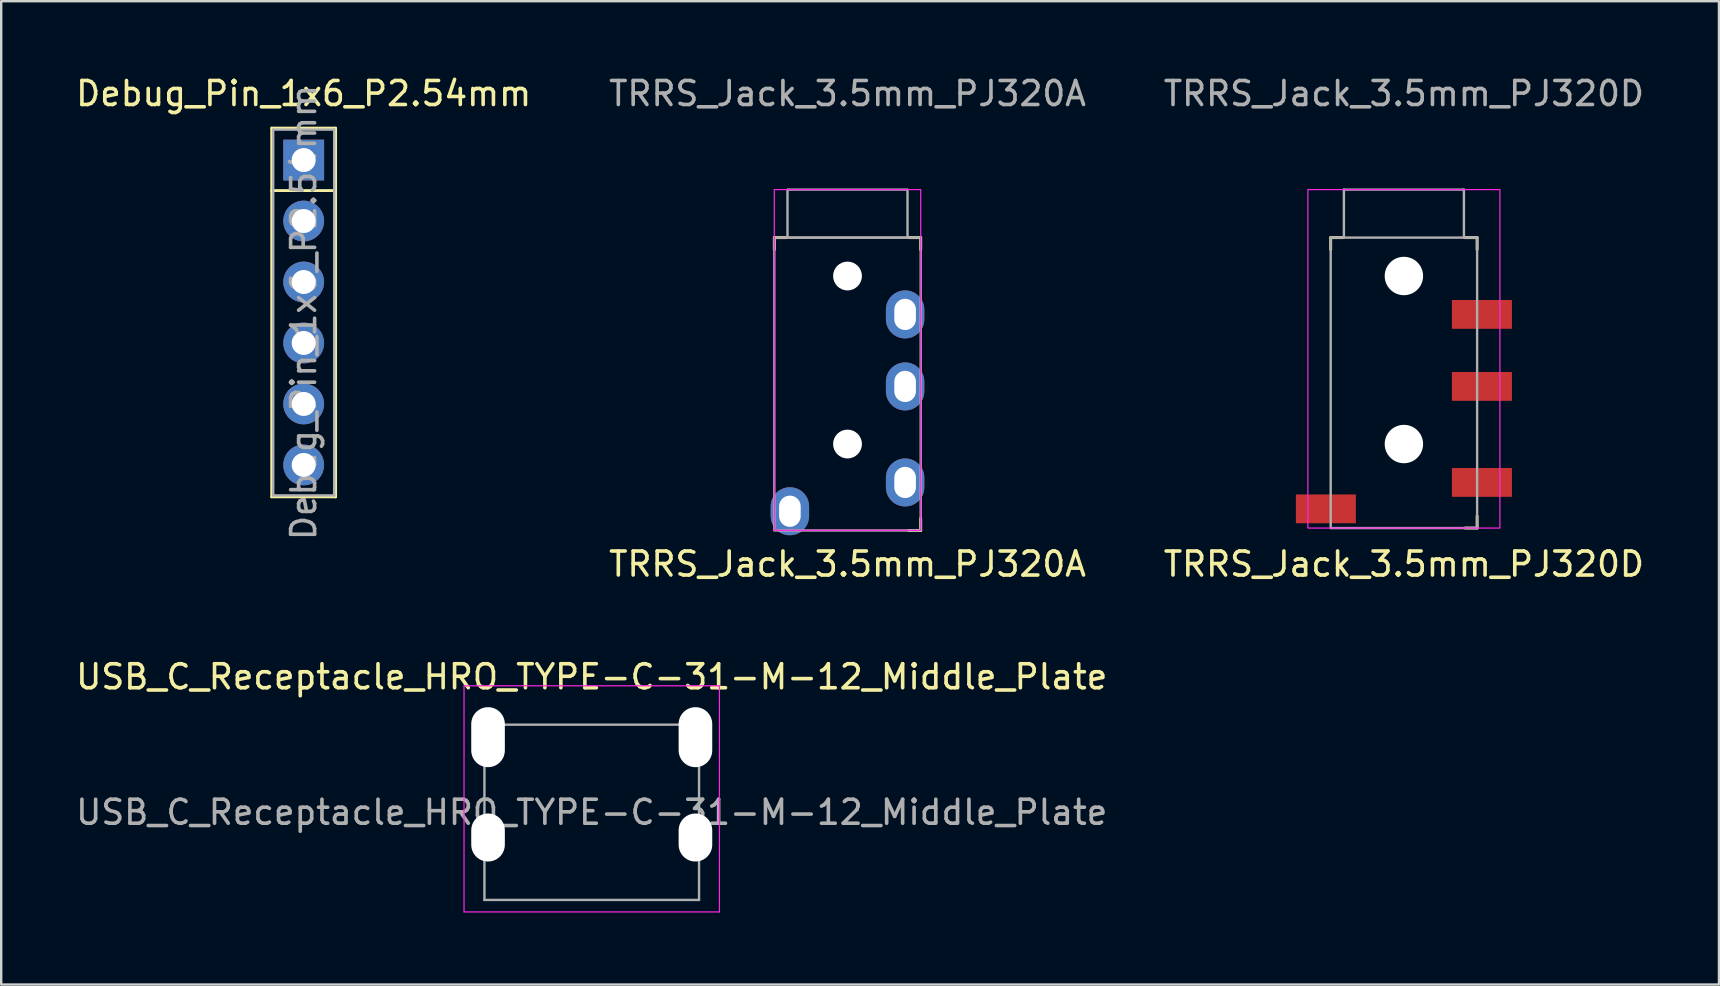
<source format=kicad_pcb>
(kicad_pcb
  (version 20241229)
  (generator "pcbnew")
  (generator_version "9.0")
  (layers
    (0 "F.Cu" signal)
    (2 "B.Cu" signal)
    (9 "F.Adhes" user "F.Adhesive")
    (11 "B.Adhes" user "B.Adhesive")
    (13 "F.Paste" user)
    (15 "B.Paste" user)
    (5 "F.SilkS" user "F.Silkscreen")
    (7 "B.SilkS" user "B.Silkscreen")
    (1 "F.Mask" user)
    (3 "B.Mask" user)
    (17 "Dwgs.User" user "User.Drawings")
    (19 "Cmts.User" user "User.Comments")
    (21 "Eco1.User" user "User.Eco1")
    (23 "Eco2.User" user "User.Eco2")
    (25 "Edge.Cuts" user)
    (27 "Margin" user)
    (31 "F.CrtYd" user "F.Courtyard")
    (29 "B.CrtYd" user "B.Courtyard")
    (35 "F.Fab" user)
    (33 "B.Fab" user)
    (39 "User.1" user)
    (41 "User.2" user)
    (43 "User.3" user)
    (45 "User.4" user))
  (footprint "Debug_Pin_1x6_P2.54mm"
    (layer "F.Cu")
    (at 9.601 3.618)
    (property "Reference" "Debug_Pin_1x6_P2.54mm" (at 0 -2.77 0) (layer "F.SilkS") (effects (font (size 1 1) (thickness 0.15))))
    (attr through_hole)
    (fp_line (start -1.33 -1.33) (end -1.33 14.03) (stroke (width 0.12) (type solid)) (layer "F.SilkS"))
    (fp_line (start -1.33 -1.33) (end 1.33 -1.33) (stroke (width 0.12) (type solid)) (layer "F.SilkS"))
    (fp_line (start -1.33 1.27) (end 1.33 1.27) (stroke (width 0.12) (type solid)) (layer "F.SilkS"))
    (fp_line (start -1.33 14.03) (end 1.33 14.03) (stroke (width 0.12) (type solid)) (layer "F.SilkS"))
    (fp_line (start 1.33 -1.33) (end 1.33 14.03) (stroke (width 0.12) (type solid)) (layer "F.SilkS"))
    (fp_line (start -1.27 -1.27) (end 1.27 -1.27) (stroke (width 0.1) (type solid)) (layer "F.Fab"))
    (fp_line (start -1.27 13.97) (end -1.27 -1.27) (stroke (width 0.1) (type solid)) (layer "F.Fab"))
    (fp_line (start 1.27 -1.27) (end 1.27 13.97) (stroke (width 0.1) (type solid)) (layer "F.Fab"))
    (fp_line (start 1.27 13.97) (end -1.27 13.97) (stroke (width 0.1) (type solid)) (layer "F.Fab"))
    (fp_text user "${REFERENCE}" (at 0 6.35 90) (layer "F.Fab") (effects (font (size 1 1) (thickness 0.15))))
    (pad "1" thru_hole rect (at 0 0) (size 1.7 1.7) (drill 1) (layers "*.Cu" "*.Mask"))
    (pad "2" thru_hole oval (at 0 2.54) (size 1.7 1.7) (drill 1) (layers "*.Cu" "*.Mask"))
    (pad "3" thru_hole oval (at 0 5.08) (size 1.7 1.7) (drill 1) (layers "*.Cu" "*.Mask"))
    (pad "4" thru_hole oval (at 0 7.62) (size 1.7 1.7) (drill 1) (layers "*.Cu" "*.Mask"))
    (pad "5" thru_hole oval (at 0 10.16) (size 1.7 1.7) (drill 1) (layers "*.Cu" "*.Mask"))
    (pad "6" thru_hole oval (at 0 12.7) (size 1.7 1.7) (drill 1) (layers "*.Cu" "*.Mask")))
  (footprint "TRRS_Jack_3.5mm_PJ320A"
    (layer "F.Cu")
    (at 32.256 6.848)
    (property "Reference" "TRRS_Jack_3.5mm_PJ320A" (at 0 13.6 0) (layer "F.SilkS") (effects (font (size 1 1) (thickness 0.15))))
    (attr through_hole)
    (fp_line (start -3.05 0) (end -2.55 0) (stroke (width 0.12) (type default)) (layer "F.SilkS"))
    (fp_line (start -3.05 0.5) (end -3.05 0) (stroke (width 0.12) (type default)) (layer "F.SilkS"))
    (fp_line (start 2.55 0) (end 3.05 0) (stroke (width 0.12) (type default)) (layer "F.SilkS"))
    (fp_line (start 2.55 12.2) (end 3.05 12.2) (stroke (width 0.12) (type default)) (layer "F.SilkS"))
    (fp_line (start 3.05 0) (end 3.05 0.5) (stroke (width 0.12) (type default)) (layer "F.SilkS"))
    (fp_line (start 3.05 12.2) (end 3.05 11.7) (stroke (width 0.12) (type default)) (layer "F.SilkS"))
    (fp_rect (start -3.05 -2) (end 3.05 12.196) (stroke (width 0.05) (type default)) (fill no) (layer "F.CrtYd"))
    (fp_rect (start -3.05 0) (end 3.05 12.2) (stroke (width 0.1) (type default)) (fill no) (layer "F.Fab"))
    (fp_rect (start -2.5 -2) (end 2.5 0) (stroke (width 0.1) (type default)) (fill no) (layer "F.Fab"))
    (fp_text user "${REFERENCE}" (at 0 -6 0) (layer "F.Fab") (effects (font (size 1 1) (thickness 0.15))))
    (pad "" np_thru_hole circle (at 0 1.6) (size 1.2 1.2) (drill 1.2) (layers "*.Cu" "*.Mask"))
    (pad "" np_thru_hole circle (at 0 8.6) (size 1.2 1.2) (drill 1.2) (layers "*.Cu" "*.Mask"))
    (pad "2" thru_hole oval (at 2.4 3.2) (size 1.6 2) (drill oval 0.9 1.3) (layers "*.Cu" "*.Mask"))
    (pad "3" thru_hole oval (at 2.4 6.2) (size 1.6 2) (drill oval 0.9 1.3) (layers "*.Cu" "*.Mask"))
    (pad "4" thru_hole oval (at 2.4 10.2) (size 1.6 2) (drill oval 0.9 1.3) (layers "*.Cu" "*.Mask"))
    (pad "5" thru_hole oval (at -2.4 11.4) (size 1.6 2) (drill oval 0.9 1.3) (layers "*.Cu" "*.Mask")))
  (footprint "TRRS_Jack_3.5mm_PJ320D"
    (layer "F.Cu")
    (at 55.435 6.848)
    (property "Reference" "TRRS_Jack_3.5mm_PJ320D" (at 0 13.6 0) (unlocked yes) (layer "F.SilkS") (effects (font (size 1 1) (thickness 0.15))))
    (attr smd)
    (fp_line (start -3.05 0) (end -3.05 0.5) (stroke (width 0.12) (type default)) (layer "F.SilkS"))
    (fp_line (start -3.05 0) (end -2.55 0) (stroke (width 0.12) (type default)) (layer "F.SilkS"))
    (fp_line (start 3.05 0) (end 2.55 0) (stroke (width 0.12) (type default)) (layer "F.SilkS"))
    (fp_line (start 3.05 0) (end 3.05 0.5) (stroke (width 0.12) (type default)) (layer "F.SilkS"))
    (fp_line (start 3.05 12.1) (end 2.55 12.1) (stroke (width 0.12) (type default)) (layer "F.SilkS"))
    (fp_line (start 3.05 12.1) (end 3.05 11.6) (stroke (width 0.12) (type default)) (layer "F.SilkS"))
    (fp_rect (start -4 -2) (end 4 12.1) (stroke (width 0.05) (type default)) (fill no) (layer "F.CrtYd"))
    (fp_line (start -3.05 0) (end 3.05 0) (stroke (width 0.1) (type solid)) (layer "F.Fab"))
    (fp_line (start -3.05 12.1) (end -3.05 0) (stroke (width 0.1) (type solid)) (layer "F.Fab"))
    (fp_line (start -2.5 -2) (end 2.5 -2) (stroke (width 0.1) (type solid)) (layer "F.Fab"))
    (fp_line (start -2.5 0) (end -2.5 -2) (stroke (width 0.1) (type solid)) (layer "F.Fab"))
    (fp_line (start 2.5 -2) (end 2.5 0) (stroke (width 0.1) (type solid)) (layer "F.Fab"))
    (fp_line (start 3.05 0) (end 3.05 12.1) (stroke (width 0.1) (type solid)) (layer "F.Fab"))
    (fp_line (start 3.05 12.1) (end -3.05 12.1) (stroke (width 0.1) (type solid)) (layer "F.Fab"))
    (fp_text user "${REFERENCE}" (at 0 -6 0) (unlocked yes) (layer "F.Fab") (effects (font (size 1 1) (thickness 0.15))))
    (pad "" np_thru_hole circle (at 0 1.6 270) (size 1.6 1.6) (drill 1.6) (layers "*.Cu" "*.Mask"))
    (pad "" np_thru_hole circle (at 0 8.6 270) (size 1.6 1.6) (drill 1.6) (layers "*.Cu" "*.Mask"))
    (pad "2" smd rect (at 3.25 3.2 270) (size 1.2 2.5) (layers "F.Cu" "F.Mask" "F.Paste"))
    (pad "3" smd rect (at 3.25 6.2 270) (size 1.2 2.5) (layers "F.Cu" "F.Mask" "F.Paste"))
    (pad "4" smd rect (at 3.25 10.2 270) (size 1.2 2.5) (layers "F.Cu" "F.Mask" "F.Paste"))
    (pad "5" smd rect (at -3.25 11.3 270) (size 1.2 2.5) (layers "F.Cu" "F.Mask" "F.Paste")))
  (footprint "USB_C_Receptacle_HRO_TYPE-C-31-M-12_Middle_Plate"
    (layer "F.Cu")
    (at 21.601 30.79)
    (property "Reference" "USB_C_Receptacle_HRO_TYPE-C-31-M-12_Middle_Plate" (at 0 -5.645 0) (layer "F.SilkS") (effects (font (size 1 1) (thickness 0.15))))
    (attr smd)
    (fp_line (start -5.32 -5.27) (end -5.32 4.15) (stroke (width 0.05) (type solid)) (layer "F.CrtYd"))
    (fp_line (start -5.32 -5.27) (end 5.32 -5.27) (stroke (width 0.05) (type solid)) (layer "F.CrtYd"))
    (fp_line (start -5.32 4.15) (end 5.32 4.15) (stroke (width 0.05) (type solid)) (layer "F.CrtYd"))
    (fp_line (start 5.32 -5.27) (end 5.32 4.15) (stroke (width 0.05) (type solid)) (layer "F.CrtYd"))
    (fp_line (start -4.47 -3.65) (end -4.47 3.65) (stroke (width 0.1) (type solid)) (layer "F.Fab"))
    (fp_line (start -4.47 -3.65) (end 4.47 -3.65) (stroke (width 0.1) (type solid)) (layer "F.Fab"))
    (fp_line (start -4.47 3.65) (end 4.47 3.65) (stroke (width 0.1) (type solid)) (layer "F.Fab"))
    (fp_line (start 4.47 -3.65) (end 4.47 3.65) (stroke (width 0.1) (type solid)) (layer "F.Fab"))
    (fp_text user "${REFERENCE}" (at 0 0 0) (layer "F.Fab") (effects (font (size 1 1) (thickness 0.15))))
    (pad "" np_thru_hole oval (at -4.32 -3.13) (size 1.4 2.5) (drill oval 1.4 2.5) (layers "*.Cu" "*.Mask"))
    (pad "" np_thru_hole oval (at -4.32 1.05) (size 1.4 2) (drill oval 1.4 2) (layers "*.Cu" "*.Mask"))
    (pad "" np_thru_hole oval (at 4.32 -3.13) (size 1.4 2.5) (drill oval 1.4 2.5) (layers "*.Cu" "*.Mask"))
    (pad "" np_thru_hole oval (at 4.32 1.05) (size 1.4 2) (drill oval 1.4 2) (layers "*.Cu" "*.Mask")))
  (gr_rect
    (start -3 -3)
    (end 68.56 37.965)
    (stroke (width 0.1) (type default))
    (fill no)
    (layer "Edge.Cuts")))
</source>
